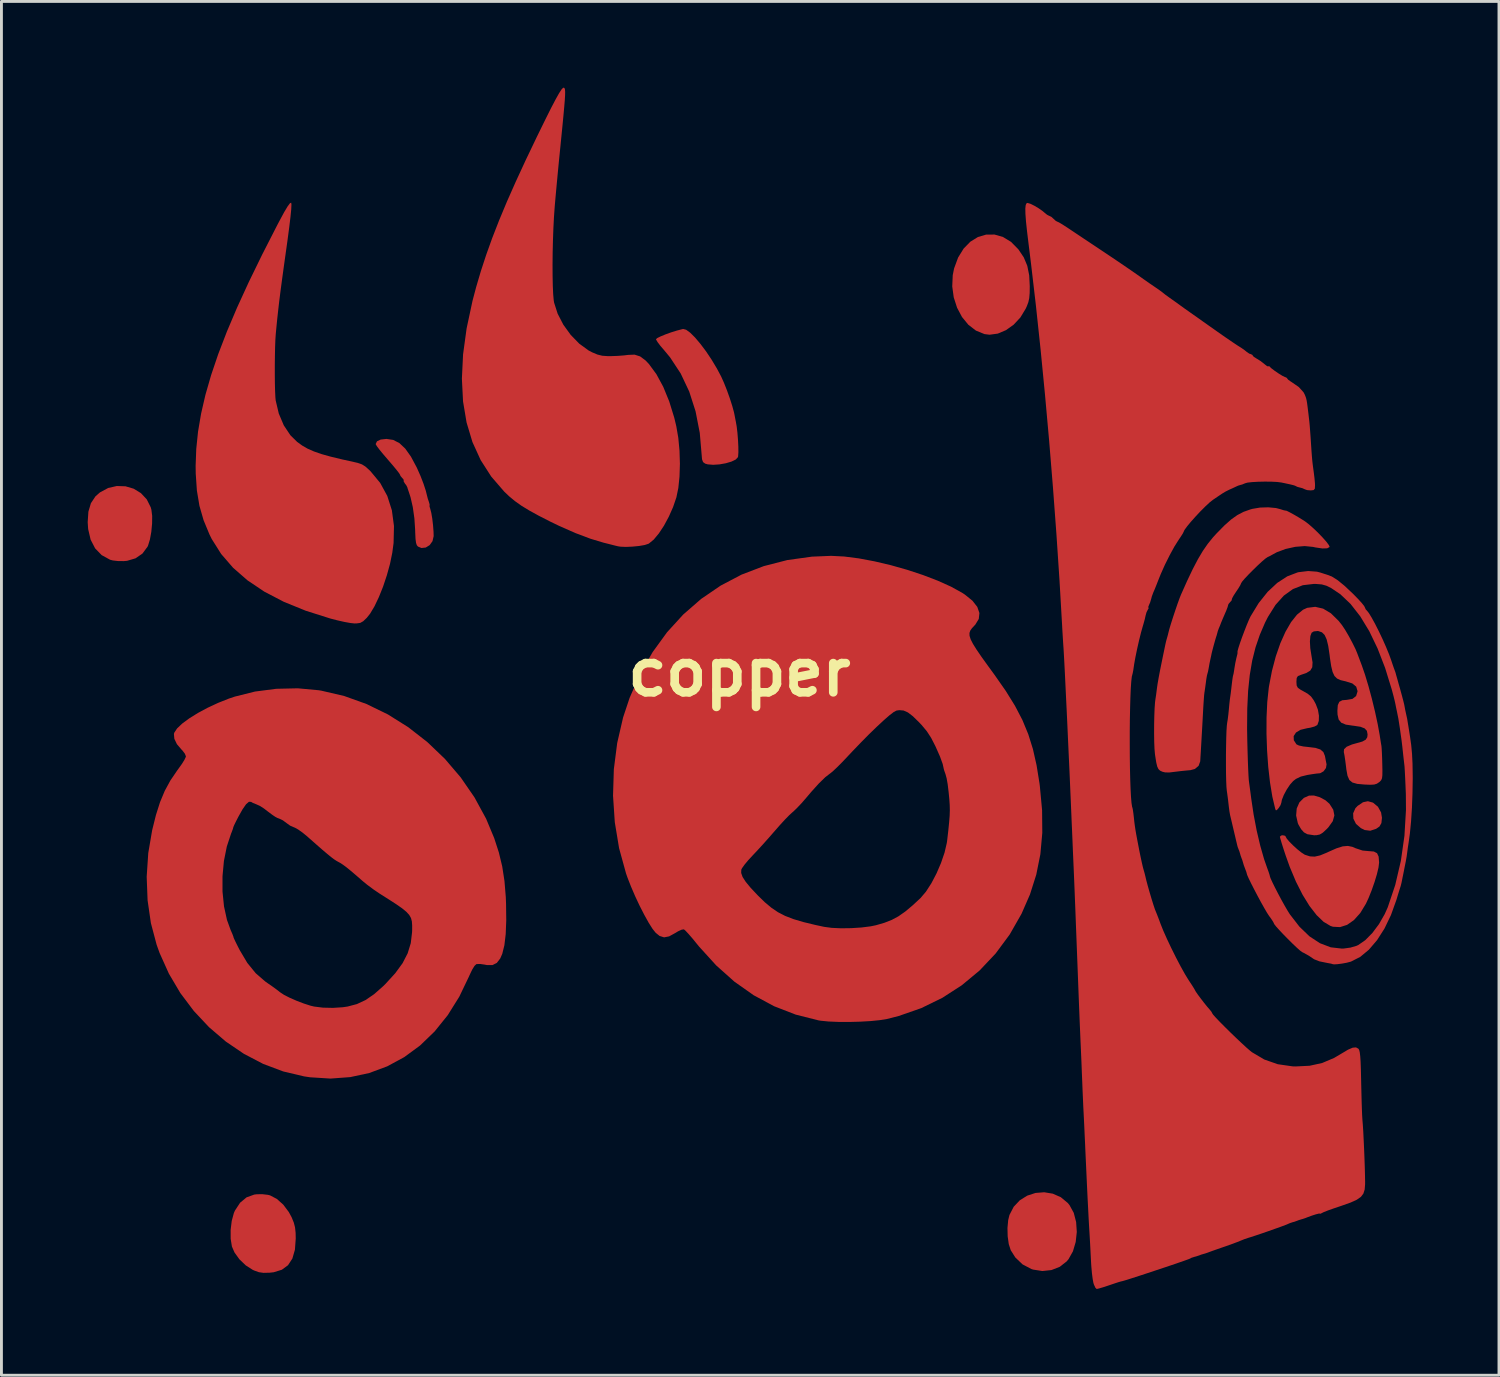
<source format=kicad_pcb>
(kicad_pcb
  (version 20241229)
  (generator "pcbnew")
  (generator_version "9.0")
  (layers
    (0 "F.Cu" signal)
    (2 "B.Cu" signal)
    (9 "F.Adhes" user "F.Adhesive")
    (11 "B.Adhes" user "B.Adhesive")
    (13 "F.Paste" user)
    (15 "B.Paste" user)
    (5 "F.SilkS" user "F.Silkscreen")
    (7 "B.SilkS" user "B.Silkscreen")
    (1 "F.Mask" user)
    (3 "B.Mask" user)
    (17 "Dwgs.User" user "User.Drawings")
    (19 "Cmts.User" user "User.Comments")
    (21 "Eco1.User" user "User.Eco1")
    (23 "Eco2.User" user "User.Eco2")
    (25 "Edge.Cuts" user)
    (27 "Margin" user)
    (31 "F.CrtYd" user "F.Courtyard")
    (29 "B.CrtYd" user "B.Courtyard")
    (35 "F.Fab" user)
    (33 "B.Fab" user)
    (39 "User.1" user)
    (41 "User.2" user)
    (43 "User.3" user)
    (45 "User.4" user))
  (footprint "copper"
    (layer "F.Cu")
    (at 22.666 20.34)
    (property "Reference" "copper" (at 0 0 0) (layer "F.SilkS") (effects (font (size 1.524 1.524) (thickness 0.3))))
    (attr board_only exclude_from_pos_files exclude_from_bom)
    (fp_poly (pts (xy 22.033 4.525) (xy 22.044 4.531) (xy 22.21 4.669) (xy 22.319 4.867) (xy 22.35 5.053) (xy 22.331 5.237) (xy 22.263 5.357) (xy 22.146 5.438) (xy 21.943 5.504) (xy 21.749 5.479) (xy 21.616 5.413) (xy 21.446 5.264) (xy 21.356 5.085) (xy 21.348 4.897) (xy 21.426 4.721) (xy 21.504 4.639) (xy 21.691 4.513) (xy 21.861 4.477)) (stroke (width 0) (type solid)) (fill yes) (layer "F.Cu"))
    (fp_poly (pts (xy 20.19 4.339) (xy 20.385 4.444) (xy 20.524 4.566) (xy 20.656 4.773) (xy 20.695 4.971) (xy 20.639 5.172) (xy 20.487 5.384) (xy 20.428 5.446) (xy 20.295 5.569) (xy 20.19 5.634) (xy 20.075 5.659) (xy 19.988 5.661) (xy 19.755 5.625) (xy 19.636 5.56) (xy 19.539 5.451) (xy 19.448 5.295) (xy 19.423 5.237) (xy 19.365 4.976) (xy 19.385 4.731) (xy 19.477 4.52) (xy 19.633 4.362) (xy 19.815 4.281) (xy 19.988 4.28)) (stroke (width 0) (type solid)) (fill yes) (layer "F.Cu"))
    (fp_poly (pts (xy 10.901 18.127) (xy 11.18 18.25) (xy 11.422 18.451) (xy 11.483 18.526) (xy 11.63 18.794) (xy 11.713 19.114) (xy 11.736 19.461) (xy 11.698 19.808) (xy 11.602 20.132) (xy 11.448 20.407) (xy 11.385 20.482) (xy 11.145 20.67) (xy 10.855 20.784) (xy 10.539 20.818) (xy 10.219 20.768) (xy 10.159 20.749) (xy 9.85 20.587) (xy 9.597 20.345) (xy 9.438 20.092) (xy 9.37 19.881) (xy 9.332 19.611) (xy 9.325 19.321) (xy 9.35 19.047) (xy 9.394 18.868) (xy 9.542 18.582) (xy 9.754 18.357) (xy 10.012 18.196) (xy 10.3 18.102) (xy 10.602 18.078)) (stroke (width 0) (type solid)) (fill yes) (layer "F.Cu"))
    (fp_poly (pts (xy -21.351 -6.476) (xy -21.066 -6.392) (xy -20.814 -6.238) (xy -20.612 -6.022) (xy -20.474 -5.747) (xy -20.45 -5.661) (xy -20.423 -5.446) (xy -20.426 -5.179) (xy -20.453 -4.894) (xy -20.501 -4.628) (xy -20.566 -4.416) (xy -20.586 -4.373) (xy -20.762 -4.136) (xy -21.002 -3.971) (xy -21.297 -3.884) (xy -21.414 -3.874) (xy -21.61 -3.876) (xy -21.792 -3.897) (xy -21.888 -3.922) (xy -22.181 -4.083) (xy -22.407 -4.317) (xy -22.564 -4.62) (xy -22.65 -4.988) (xy -22.666 -5.225) (xy -22.642 -5.592) (xy -22.554 -5.888) (xy -22.397 -6.125) (xy -22.242 -6.262) (xy -21.955 -6.417) (xy -21.653 -6.486)) (stroke (width 0) (type solid)) (fill yes) (layer "F.Cu"))
    (fp_poly (pts (xy 9.168 -15.148) (xy 9.449 -14.977) (xy 9.705 -14.717) (xy 9.892 -14.438) (xy 10.014 -14.146) (xy 10.081 -13.813) (xy 10.1 -13.437) (xy 10.097 -13.196) (xy 10.082 -13.021) (xy 10.051 -12.879) (xy 9.997 -12.736) (xy 9.957 -12.65) (xy 9.774 -12.348) (xy 9.54 -12.097) (xy 9.273 -11.907) (xy 8.989 -11.787) (xy 8.703 -11.748) (xy 8.525 -11.77) (xy 8.227 -11.892) (xy 7.964 -12.095) (xy 7.743 -12.365) (xy 7.572 -12.687) (xy 7.456 -13.046) (xy 7.404 -13.427) (xy 7.421 -13.817) (xy 7.468 -14.053) (xy 7.608 -14.433) (xy 7.8 -14.744) (xy 8.033 -14.983) (xy 8.297 -15.146) (xy 8.582 -15.23) (xy 8.875 -15.232)) (stroke (width 0) (type solid)) (fill yes) (layer "F.Cu"))
    (fp_poly (pts (xy -16.395 18.168) (xy -16.322 18.187) (xy -16.087 18.31) (xy -15.862 18.511) (xy -15.669 18.769) (xy -15.572 18.95) (xy -15.497 19.134) (xy -15.454 19.301) (xy -15.434 19.491) (xy -15.43 19.689) (xy -15.458 20.076) (xy -15.547 20.384) (xy -15.698 20.615) (xy -15.913 20.773) (xy -16.195 20.86) (xy -16.339 20.876) (xy -16.55 20.881) (xy -16.71 20.859) (xy -16.867 20.803) (xy -16.927 20.776) (xy -17.169 20.621) (xy -17.389 20.41) (xy -17.56 20.172) (xy -17.65 19.965) (xy -17.693 19.696) (xy -17.694 19.385) (xy -17.656 19.074) (xy -17.582 18.801) (xy -17.545 18.716) (xy -17.364 18.441) (xy -17.14 18.255) (xy -16.873 18.159) (xy -16.781 18.147) (xy -16.585 18.146)) (stroke (width 0) (type solid)) (fill yes) (layer "F.Cu"))
    (fp_poly (pts (xy -1.851 -11.921) (xy -1.71 -11.818) (xy -1.541 -11.65) (xy -1.355 -11.43) (xy -1.159 -11.169) (xy -0.965 -10.879) (xy -0.781 -10.572) (xy -0.634 -10.295) (xy -0.537 -10.079) (xy -0.432 -9.815) (xy -0.332 -9.535) (xy -0.247 -9.269) (xy -0.187 -9.049) (xy -0.17 -8.968) (xy -0.142 -8.82) (xy -0.124 -8.731) (xy -0.093 -8.555) (xy -0.067 -8.333) (xy -0.048 -8.093) (xy -0.036 -7.859) (xy -0.034 -7.661) (xy -0.043 -7.523) (xy -0.05 -7.489) (xy -0.125 -7.408) (xy -0.275 -7.335) (xy -0.473 -7.277) (xy -0.693 -7.238) (xy -0.911 -7.224) (xy -1.099 -7.239) (xy -1.188 -7.264) (xy -1.263 -7.318) (xy -1.299 -7.417) (xy -1.308 -7.526) (xy -1.377 -8.332) (xy -1.523 -9.082) (xy -1.744 -9.771) (xy -2.04 -10.398) (xy -2.41 -10.96) (xy -2.618 -11.211) (xy -2.748 -11.363) (xy -2.846 -11.493) (xy -2.896 -11.578) (xy -2.9 -11.592) (xy -2.856 -11.632) (xy -2.738 -11.69) (xy -2.571 -11.759) (xy -2.377 -11.829) (xy -2.178 -11.891) (xy -1.999 -11.938) (xy -1.955 -11.948)) (stroke (width 0) (type solid)) (fill yes) (layer "F.Cu"))
    (fp_poly (pts (xy 18.981 5.679) (xy 19 5.705) (xy 19.036 5.774) (xy 19.13 5.885) (xy 19.261 6.016) (xy 19.406 6.148) (xy 19.546 6.26) (xy 19.658 6.333) (xy 19.675 6.341) (xy 19.847 6.396) (xy 20.012 6.404) (xy 20.198 6.362) (xy 20.432 6.266) (xy 20.493 6.237) (xy 20.77 6.115) (xy 20.987 6.047) (xy 21.165 6.032) (xy 21.325 6.065) (xy 21.423 6.109) (xy 21.676 6.193) (xy 21.884 6.212) (xy 22.068 6.227) (xy 22.179 6.285) (xy 22.234 6.403) (xy 22.25 6.6) (xy 22.25 6.615) (xy 22.23 6.782) (xy 22.175 7.014) (xy 22.093 7.286) (xy 21.993 7.572) (xy 21.883 7.847) (xy 21.793 8.041) (xy 21.596 8.365) (xy 21.375 8.612) (xy 21.137 8.778) (xy 20.891 8.856) (xy 20.645 8.843) (xy 20.56 8.815) (xy 20.321 8.673) (xy 20.077 8.439) (xy 19.831 8.122) (xy 19.59 7.732) (xy 19.358 7.274) (xy 19.142 6.76) (xy 19.002 6.368) (xy 18.925 6.135) (xy 18.862 5.936) (xy 18.819 5.789) (xy 18.8 5.715) (xy 18.8 5.712) (xy 18.842 5.671) (xy 18.9 5.661)) (stroke (width 0) (type solid)) (fill yes) (layer "F.Cu"))
    (fp_poly (pts (xy -12.04 -8.089) (xy -11.824 -7.978) (xy -11.621 -7.787) (xy -11.423 -7.508) (xy -11.224 -7.136) (xy -11.21 -7.106) (xy -11.09 -6.835) (xy -10.985 -6.563) (xy -10.906 -6.321) (xy -10.87 -6.176) (xy -10.835 -6.04) (xy -10.8 -5.938) (xy -10.773 -5.846) (xy -10.775 -5.811) (xy -10.776 -5.772) (xy -10.75 -5.687) (xy -10.715 -5.551) (xy -10.681 -5.35) (xy -10.654 -5.118) (xy -10.637 -4.89) (xy -10.633 -4.743) (xy -10.673 -4.568) (xy -10.772 -4.43) (xy -10.908 -4.346) (xy -11.058 -4.33) (xy -11.178 -4.38) (xy -11.219 -4.427) (xy -11.246 -4.511) (xy -11.264 -4.649) (xy -11.274 -4.862) (xy -11.277 -4.964) (xy -11.303 -5.36) (xy -11.358 -5.749) (xy -11.437 -6.095) (xy -11.495 -6.274) (xy -11.533 -6.383) (xy -11.548 -6.438) (xy -11.586 -6.513) (xy -11.629 -6.567) (xy -11.675 -6.641) (xy -11.674 -6.673) (xy -11.685 -6.721) (xy -11.724 -6.762) (xy -11.787 -6.836) (xy -11.8 -6.872) (xy -11.831 -6.926) (xy -11.917 -7.038) (xy -12.045 -7.193) (xy -12.201 -7.375) (xy -12.225 -7.403) (xy -12.385 -7.589) (xy -12.518 -7.751) (xy -12.61 -7.874) (xy -12.649 -7.941) (xy -12.65 -7.945) (xy -12.604 -8.04) (xy -12.475 -8.102) (xy -12.275 -8.124) (xy -12.274 -8.124)) (stroke (width 0) (type solid)) (fill yes) (layer "F.Cu"))
    (fp_poly (pts (xy -15.579 -16.273) (xy -15.587 -16.107) (xy -15.613 -15.843) (xy -15.657 -15.48) (xy -15.718 -15.019) (xy -15.767 -14.67) (xy -15.843 -14.128) (xy -15.906 -13.667) (xy -15.959 -13.271) (xy -16.003 -12.922) (xy -16.04 -12.601) (xy -16.074 -12.293) (xy -16.105 -11.98) (xy -16.125 -11.769) (xy -16.138 -11.576) (xy -16.148 -11.317) (xy -16.154 -11.014) (xy -16.158 -10.689) (xy -16.158 -10.361) (xy -16.155 -10.053) (xy -16.148 -9.785) (xy -16.138 -9.578) (xy -16.128 -9.465) (xy -16.019 -9.005) (xy -15.846 -8.597) (xy -15.616 -8.252) (xy -15.381 -8.02) (xy -15.208 -7.895) (xy -15.019 -7.786) (xy -14.799 -7.689) (xy -14.535 -7.597) (xy -14.21 -7.506) (xy -13.811 -7.41) (xy -13.479 -7.338) (xy -13.271 -7.289) (xy -13.126 -7.238) (xy -13.008 -7.164) (xy -12.881 -7.05) (xy -12.826 -6.996) (xy -12.493 -6.594) (xy -12.246 -6.141) (xy -12.086 -5.641) (xy -12.013 -5.094) (xy -12.027 -4.503) (xy -12.072 -4.164) (xy -12.151 -3.778) (xy -12.261 -3.38) (xy -12.392 -2.987) (xy -12.539 -2.621) (xy -12.692 -2.3) (xy -12.845 -2.044) (xy -12.96 -1.9) (xy -13.083 -1.783) (xy -13.186 -1.725) (xy -13.312 -1.707) (xy -13.387 -1.706) (xy -13.53 -1.721) (xy -13.739 -1.759) (xy -13.987 -1.815) (xy -14.226 -1.877) (xy -15.082 -2.148) (xy -15.846 -2.459) (xy -16.521 -2.811) (xy -17.108 -3.205) (xy -17.608 -3.641) (xy -18.023 -4.121) (xy -18.353 -4.645) (xy -18.432 -4.805) (xy -18.635 -5.296) (xy -18.779 -5.796) (xy -18.868 -6.327) (xy -18.908 -6.915) (xy -18.912 -7.189) (xy -18.89 -7.774) (xy -18.828 -8.377) (xy -18.722 -9.002) (xy -18.571 -9.657) (xy -18.372 -10.347) (xy -18.124 -11.079) (xy -17.824 -11.858) (xy -17.471 -12.69) (xy -17.062 -13.582) (xy -16.595 -14.54) (xy -16.069 -15.569) (xy -15.988 -15.722) (xy -15.83 -16.015) (xy -15.71 -16.215) (xy -15.629 -16.323) (xy -15.588 -16.34)) (stroke (width 0) (type solid)) (fill yes) (layer "F.Cu"))
    (fp_poly (pts (xy -6.095 -20.335) (xy -6.077 -20.315) (xy -6.065 -20.271) (xy -6.06 -20.194) (xy -6.062 -20.075) (xy -6.072 -19.905) (xy -6.091 -19.676) (xy -6.118 -19.379) (xy -6.154 -19.004) (xy -6.2 -18.543) (xy -6.228 -18.261) (xy -6.269 -17.856) (xy -6.311 -17.422) (xy -6.352 -16.988) (xy -6.389 -16.586) (xy -6.419 -16.247) (xy -6.424 -16.182) (xy -6.449 -15.829) (xy -6.469 -15.437) (xy -6.484 -15.021) (xy -6.494 -14.598) (xy -6.498 -14.183) (xy -6.496 -13.795) (xy -6.489 -13.448) (xy -6.476 -13.159) (xy -6.457 -12.945) (xy -6.444 -12.865) (xy -6.32 -12.478) (xy -6.122 -12.096) (xy -5.866 -11.742) (xy -5.569 -11.437) (xy -5.247 -11.202) (xy -5.119 -11.135) (xy -4.935 -11.058) (xy -4.77 -11.017) (xy -4.577 -11.003) (xy -4.45 -11.004) (xy -4.23 -11.012) (xy -4.017 -11.028) (xy -3.861 -11.047) (xy -3.643 -11.055) (xy -3.451 -10.993) (xy -3.262 -10.852) (xy -3.147 -10.731) (xy -2.886 -10.376) (xy -2.648 -9.937) (xy -2.439 -9.427) (xy -2.264 -8.86) (xy -2.194 -8.567) (xy -2.124 -8.16) (xy -2.082 -7.714) (xy -2.068 -7.257) (xy -2.082 -6.815) (xy -2.123 -6.416) (xy -2.191 -6.089) (xy -2.306 -5.752) (xy -2.454 -5.419) (xy -2.622 -5.107) (xy -2.801 -4.836) (xy -2.978 -4.623) (xy -3.144 -4.487) (xy -3.162 -4.477) (xy -3.293 -4.434) (xy -3.49 -4.4) (xy -3.719 -4.378) (xy -3.947 -4.368) (xy -4.139 -4.376) (xy -4.225 -4.39) (xy -4.32 -4.413) (xy -4.48 -4.454) (xy -4.675 -4.503) (xy -4.716 -4.513) (xy -5.178 -4.652) (xy -5.699 -4.848) (xy -6.26 -5.095) (xy -6.575 -5.247) (xy -6.98 -5.454) (xy -7.309 -5.635) (xy -7.579 -5.8) (xy -7.806 -5.961) (xy -8.007 -6.128) (xy -8.179 -6.292) (xy -8.63 -6.814) (xy -8.998 -7.388) (xy -9.284 -8.015) (xy -9.488 -8.695) (xy -9.611 -9.429) (xy -9.651 -10.219) (xy -9.61 -11.064) (xy -9.487 -11.966) (xy -9.282 -12.925) (xy -9.156 -13.401) (xy -8.991 -13.96) (xy -8.806 -14.525) (xy -8.597 -15.108) (xy -8.359 -15.719) (xy -8.089 -16.367) (xy -7.781 -17.063) (xy -7.433 -17.817) (xy -7.039 -18.64) (xy -6.74 -19.25) (xy -6.546 -19.638) (xy -6.389 -19.937) (xy -6.269 -20.151) (xy -6.182 -20.284) (xy -6.128 -20.338) (xy -6.12 -20.34)) (stroke (width 0) (type solid)) (fill yes) (layer "F.Cu"))
    (fp_poly (pts (xy 18.663 -5.72) (xy 18.811 -5.682) (xy 18.929 -5.644) (xy 18.995 -5.63) (xy 19 -5.632) (xy 19.039 -5.622) (xy 19.14 -5.572) (xy 19.281 -5.495) (xy 19.439 -5.403) (xy 19.59 -5.31) (xy 19.679 -5.253) (xy 19.815 -5.148) (xy 19.972 -5.009) (xy 20.135 -4.852) (xy 20.288 -4.693) (xy 20.415 -4.549) (xy 20.501 -4.435) (xy 20.53 -4.369) (xy 20.528 -4.364) (xy 20.444 -4.319) (xy 20.278 -4.314) (xy 20.039 -4.349) (xy 19.951 -4.368) (xy 19.666 -4.397) (xy 19.337 -4.371) (xy 19.001 -4.297) (xy 18.694 -4.183) (xy 18.55 -4.105) (xy 18.442 -4.046) (xy 18.368 -4.011) (xy 18.293 -3.959) (xy 18.172 -3.856) (xy 18.023 -3.718) (xy 17.863 -3.562) (xy 17.708 -3.406) (xy 17.576 -3.266) (xy 17.485 -3.159) (xy 17.45 -3.102) (xy 17.45 -3.101) (xy 17.423 -3.038) (xy 17.354 -2.922) (xy 17.278 -2.81) (xy 17.191 -2.677) (xy 17.138 -2.579) (xy 17.129 -2.542) (xy 17.116 -2.497) (xy 17.076 -2.456) (xy 17.013 -2.382) (xy 17 -2.346) (xy 16.981 -2.275) (xy 16.934 -2.15) (xy 16.907 -2.089) (xy 16.822 -1.892) (xy 16.756 -1.735) (xy 16.725 -1.653) (xy 16.7 -1.591) (xy 16.679 -1.544) (xy 16.639 -1.435) (xy 16.629 -1.394) (xy 16.599 -1.286) (xy 16.587 -1.252) (xy 16.562 -1.171) (xy 16.523 -1.033) (xy 16.48 -0.877) (xy 16.444 -0.738) (xy 16.424 -0.655) (xy 16.423 -0.651) (xy 16.411 -0.589) (xy 16.386 -0.476) (xy 16.352 -0.314) (xy 16.324 -0.155) (xy 16.3 -0.031) (xy 16.279 0.043) (xy 16.278 0.046) (xy 16.262 0.108) (xy 16.24 0.237) (xy 16.226 0.346) (xy 16.203 0.515) (xy 16.183 0.652) (xy 16.175 0.702) (xy 16.165 0.786) (xy 16.153 0.945) (xy 16.139 1.154) (xy 16.129 1.333) (xy 16.115 1.593) (xy 16.099 1.889) (xy 16.081 2.197) (xy 16.064 2.496) (xy 16.049 2.761) (xy 16.036 2.969) (xy 16.029 3.09) (xy 15.973 3.246) (xy 15.844 3.355) (xy 15.689 3.397) (xy 15.532 3.411) (xy 15.345 3.43) (xy 15.3 3.436) (xy 15.13 3.456) (xy 14.982 3.474) (xy 14.949 3.478) (xy 14.805 3.474) (xy 14.717 3.453) (xy 14.634 3.415) (xy 14.576 3.36) (xy 14.533 3.269) (xy 14.498 3.121) (xy 14.463 2.898) (xy 14.454 2.831) (xy 14.439 2.661) (xy 14.429 2.419) (xy 14.425 2.131) (xy 14.426 1.824) (xy 14.432 1.522) (xy 14.442 1.253) (xy 14.457 1.042) (xy 14.468 0.952) (xy 14.493 0.789) (xy 14.518 0.596) (xy 14.525 0.539) (xy 14.546 0.395) (xy 14.583 0.182) (xy 14.631 -0.07) (xy 14.68 -0.313) (xy 14.74 -0.606) (xy 14.784 -0.817) (xy 14.814 -0.962) (xy 14.835 -1.056) (xy 14.85 -1.117) (xy 14.862 -1.159) (xy 14.874 -1.2) (xy 14.875 -1.202) (xy 14.911 -1.334) (xy 14.923 -1.386) (xy 14.954 -1.506) (xy 15.01 -1.694) (xy 15.083 -1.923) (xy 15.164 -2.167) (xy 15.243 -2.398) (xy 15.313 -2.59) (xy 15.359 -2.705) (xy 15.577 -3.193) (xy 15.771 -3.6) (xy 15.949 -3.94) (xy 16.12 -4.228) (xy 16.292 -4.476) (xy 16.473 -4.7) (xy 16.593 -4.832) (xy 16.867 -5.111) (xy 17.103 -5.321) (xy 17.32 -5.475) (xy 17.537 -5.588) (xy 17.774 -5.672) (xy 17.843 -5.691) (xy 18.107 -5.736) (xy 18.395 -5.745)) (stroke (width 0) (type solid)) (fill yes) (layer "F.Cu"))
    (fp_poly (pts (xy 20.304 -2.221) (xy 20.574 -2.059) (xy 20.841 -1.797) (xy 20.958 -1.65) (xy 21.068 -1.485) (xy 21.197 -1.265) (xy 21.324 -1.028) (xy 21.432 -0.809) (xy 21.487 -0.676) (xy 21.537 -0.544) (xy 21.604 -0.366) (xy 21.648 -0.25) (xy 21.761 0.077) (xy 21.881 0.475) (xy 21.999 0.912) (xy 22.108 1.361) (xy 22.201 1.792) (xy 22.271 2.174) (xy 22.279 2.229) (xy 22.304 2.39) (xy 22.325 2.517) (xy 22.332 2.555) (xy 22.339 2.634) (xy 22.348 2.789) (xy 22.356 2.995) (xy 22.361 3.173) (xy 22.366 3.413) (xy 22.364 3.574) (xy 22.352 3.677) (xy 22.325 3.742) (xy 22.281 3.792) (xy 22.25 3.817) (xy 22.172 3.869) (xy 22.08 3.897) (xy 21.947 3.905) (xy 21.743 3.897) (xy 21.734 3.896) (xy 21.489 3.874) (xy 21.323 3.827) (xy 21.216 3.739) (xy 21.152 3.592) (xy 21.111 3.368) (xy 21.101 3.278) (xy 21.075 3.074) (xy 21.049 2.899) (xy 21.027 2.784) (xy 21.023 2.772) (xy 21.031 2.67) (xy 21.123 2.582) (xy 21.306 2.504) (xy 21.474 2.457) (xy 21.67 2.401) (xy 21.785 2.337) (xy 21.839 2.252) (xy 21.85 2.154) (xy 21.827 2.031) (xy 21.749 1.945) (xy 21.602 1.888) (xy 21.371 1.853) (xy 21.335 1.849) (xy 21.093 1.813) (xy 20.935 1.747) (xy 20.844 1.636) (xy 20.805 1.464) (xy 20.8 1.332) (xy 20.814 1.136) (xy 20.866 1.02) (xy 20.972 0.965) (xy 21.127 0.952) (xy 21.324 0.918) (xy 21.451 0.819) (xy 21.5 0.66) (xy 21.5 0.643) (xy 21.454 0.492) (xy 21.318 0.38) (xy 21.089 0.308) (xy 21.084 0.307) (xy 20.914 0.267) (xy 20.789 0.211) (xy 20.699 0.122) (xy 20.634 -0.016) (xy 20.585 -0.217) (xy 20.542 -0.497) (xy 20.529 -0.607) (xy 20.482 -0.923) (xy 20.426 -1.152) (xy 20.355 -1.306) (xy 20.263 -1.397) (xy 20.143 -1.439) (xy 20.116 -1.443) (xy 19.979 -1.429) (xy 19.904 -1.383) (xy 19.86 -1.268) (xy 19.844 -1.08) (xy 19.857 -0.844) (xy 19.897 -0.59) (xy 19.936 -0.35) (xy 19.926 -0.182) (xy 19.857 -0.066) (xy 19.717 0.019) (xy 19.525 0.084) (xy 19.427 0.124) (xy 19.384 0.192) (xy 19.375 0.322) (xy 19.375 0.326) (xy 19.383 0.451) (xy 19.424 0.531) (xy 19.521 0.6) (xy 19.591 0.638) (xy 19.765 0.737) (xy 19.881 0.833) (xy 19.973 0.959) (xy 20.049 1.1) (xy 20.123 1.296) (xy 20.158 1.502) (xy 20.153 1.685) (xy 20.107 1.816) (xy 20.092 1.833) (xy 20.003 1.88) (xy 19.854 1.921) (xy 19.749 1.938) (xy 19.519 1.993) (xy 19.36 2.088) (xy 19.279 2.213) (xy 19.284 2.356) (xy 19.376 2.499) (xy 19.46 2.539) (xy 19.616 2.573) (xy 19.783 2.591) (xy 20.037 2.622) (xy 20.208 2.678) (xy 20.312 2.768) (xy 20.366 2.901) (xy 20.369 2.915) (xy 20.398 3.069) (xy 20.423 3.196) (xy 20.403 3.322) (xy 20.319 3.437) (xy 20.203 3.503) (xy 20.167 3.507) (xy 20.076 3.515) (xy 19.922 3.537) (xy 19.761 3.563) (xy 19.528 3.62) (xy 19.354 3.704) (xy 19.262 3.776) (xy 19.151 3.901) (xy 19.036 4.074) (xy 18.936 4.261) (xy 18.869 4.43) (xy 18.85 4.53) (xy 18.821 4.616) (xy 18.757 4.714) (xy 18.689 4.79) (xy 18.656 4.79) (xy 18.635 4.732) (xy 18.537 4.318) (xy 18.457 3.829) (xy 18.395 3.286) (xy 18.354 2.711) (xy 18.334 2.128) (xy 18.336 1.558) (xy 18.361 1.025) (xy 18.411 0.551) (xy 18.42 0.485) (xy 18.524 -0.056) (xy 18.657 -0.56) (xy 18.815 -1.016) (xy 18.994 -1.416) (xy 19.188 -1.751) (xy 19.394 -2.01) (xy 19.607 -2.184) (xy 19.75 -2.249) (xy 20.03 -2.284)) (stroke (width 0) (type solid)) (fill yes) (layer "F.Cu"))
    (fp_poly (pts (xy -14.634 0.617) (xy -14.546 0.631) (xy -13.747 0.817) (xy -12.971 1.095) (xy -12.224 1.459) (xy -11.516 1.903) (xy -10.853 2.42) (xy -10.243 3.003) (xy -9.694 3.646) (xy -9.214 4.342) (xy -8.809 5.085) (xy -8.527 5.761) (xy -8.365 6.26) (xy -8.248 6.746) (xy -8.17 7.252) (xy -8.124 7.811) (xy -8.115 8.044) (xy -8.108 8.618) (xy -8.127 9.099) (xy -8.173 9.487) (xy -8.247 9.785) (xy -8.317 9.946) (xy -8.436 10.101) (xy -8.584 10.175) (xy -8.783 10.175) (xy -8.868 10.159) (xy -9.016 10.138) (xy -9.134 10.141) (xy -9.149 10.145) (xy -9.212 10.204) (xy -9.295 10.339) (xy -9.385 10.528) (xy -9.398 10.56) (xy -9.742 11.277) (xy -10.144 11.92) (xy -10.6 12.486) (xy -11.105 12.973) (xy -11.656 13.378) (xy -12.247 13.698) (xy -12.874 13.931) (xy -13.534 14.073) (xy -14.221 14.124) (xy -14.932 14.079) (xy -15.143 14.047) (xy -15.865 13.876) (xy -16.564 13.613) (xy -17.232 13.264) (xy -17.861 12.837) (xy -18.445 12.337) (xy -18.974 11.773) (xy -19.443 11.15) (xy -19.842 10.475) (xy -20.165 9.756) (xy -20.268 9.469) (xy -20.468 8.715) (xy -20.583 7.921) (xy -20.614 7.104) (xy -20.613 7.086) (xy -17.977 7.086) (xy -17.977 7.62) (xy -17.925 8.134) (xy -17.822 8.605) (xy -17.696 8.952) (xy -17.636 9.089) (xy -17.6 9.183) (xy -17.595 9.207) (xy -17.577 9.254) (xy -17.523 9.37) (xy -17.44 9.536) (xy -17.378 9.657) (xy -17.115 10.1) (xy -16.824 10.458) (xy -16.492 10.746) (xy -16.416 10.8) (xy -16.241 10.921) (xy -16.077 11.041) (xy -15.973 11.123) (xy -15.838 11.212) (xy -15.636 11.315) (xy -15.395 11.42) (xy -15.145 11.515) (xy -14.915 11.589) (xy -14.79 11.619) (xy -14.486 11.657) (xy -14.137 11.665) (xy -13.793 11.643) (xy -13.624 11.618) (xy -13.303 11.533) (xy -13.002 11.393) (xy -12.702 11.187) (xy -12.382 10.904) (xy -12.309 10.832) (xy -11.969 10.46) (xy -11.714 10.111) (xy -11.537 9.767) (xy -11.429 9.414) (xy -11.384 9.036) (xy -11.381 8.959) (xy -11.381 8.793) (xy -11.391 8.657) (xy -11.421 8.541) (xy -11.482 8.434) (xy -11.581 8.325) (xy -11.728 8.204) (xy -11.934 8.06) (xy -12.207 7.884) (xy -12.51 7.692) (xy -12.717 7.552) (xy -12.936 7.39) (xy -13.087 7.267) (xy -13.339 7.048) (xy -13.53 6.886) (xy -13.674 6.769) (xy -13.785 6.687) (xy -13.877 6.627) (xy -13.95 6.587) (xy -14.021 6.547) (xy -14.101 6.494) (xy -14.2 6.419) (xy -14.33 6.313) (xy -14.501 6.168) (xy -14.724 5.973) (xy -15.01 5.721) (xy -15.028 5.704) (xy -15.193 5.569) (xy -15.347 5.46) (xy -15.464 5.395) (xy -15.486 5.388) (xy -15.623 5.328) (xy -15.75 5.237) (xy -15.877 5.143) (xy -16 5.084) (xy -16.069 5.059) (xy -16.142 5.02) (xy -16.239 4.955) (xy -16.38 4.85) (xy -16.538 4.729) (xy -16.673 4.642) (xy -16.8 4.585) (xy -16.918 4.538) (xy -16.983 4.5) (xy -17.057 4.496) (xy -17.157 4.582) (xy -17.282 4.762) (xy -17.424 5.015) (xy -17.509 5.181) (xy -17.572 5.31) (xy -17.601 5.38) (xy -17.602 5.385) (xy -17.617 5.443) (xy -17.66 5.558) (xy -17.677 5.598) (xy -17.827 6.052) (xy -17.928 6.556) (xy -17.977 7.086) (xy -20.613 7.086) (xy -20.559 6.279) (xy -20.424 5.487) (xy -20.293 4.96) (xy -20.15 4.51) (xy -19.986 4.117) (xy -19.791 3.758) (xy -19.556 3.412) (xy -19.515 3.356) (xy -19.395 3.188) (xy -19.303 3.041) (xy -19.254 2.938) (xy -19.25 2.916) (xy -19.285 2.826) (xy -19.371 2.713) (xy -19.406 2.677) (xy -19.562 2.494) (xy -19.652 2.307) (xy -19.667 2.139) (xy -19.655 2.094) (xy -19.557 1.946) (xy -19.378 1.776) (xy -19.131 1.594) (xy -18.832 1.408) (xy -18.493 1.226) (xy -18.13 1.057) (xy -17.756 0.908) (xy -17.55 0.839) (xy -16.847 0.663) (xy -16.107 0.567) (xy -15.36 0.55)) (stroke (width 0) (type solid)) (fill yes) (layer "F.Cu"))
    (fp_poly (pts (xy 3.644 -4.034) (xy 4.153 -3.969) (xy 4.701 -3.866) (xy 5.269 -3.732) (xy 5.838 -3.571) (xy 6.389 -3.389) (xy 6.903 -3.192) (xy 7.362 -2.985) (xy 7.745 -2.774) (xy 7.844 -2.709) (xy 8.106 -2.497) (xy 8.275 -2.282) (xy 8.349 -2.069) (xy 8.327 -1.863) (xy 8.208 -1.667) (xy 8.175 -1.632) (xy 8.092 -1.543) (xy 8.033 -1.461) (xy 8.003 -1.375) (xy 8.006 -1.275) (xy 8.045 -1.152) (xy 8.125 -0.996) (xy 8.249 -0.797) (xy 8.421 -0.545) (xy 8.647 -0.231) (xy 8.878 0.086) (xy 9.266 0.642) (xy 9.585 1.156) (xy 9.843 1.65) (xy 10.048 2.146) (xy 10.21 2.663) (xy 10.337 3.225) (xy 10.438 3.851) (xy 10.45 3.944) (xy 10.529 4.791) (xy 10.536 5.579) (xy 10.469 6.321) (xy 10.327 7.03) (xy 10.108 7.719) (xy 9.814 8.392) (xy 9.401 9.115) (xy 8.914 9.773) (xy 8.358 10.362) (xy 7.738 10.877) (xy 7.059 11.316) (xy 6.326 11.674) (xy 5.543 11.947) (xy 5.137 12.051) (xy 4.885 12.092) (xy 4.563 12.124) (xy 4.197 12.145) (xy 3.813 12.155) (xy 3.44 12.153) (xy 3.103 12.139) (xy 2.829 12.112) (xy 2.75 12.099) (xy 1.959 11.899) (xy 1.209 11.608) (xy 0.498 11.226) (xy -0.173 10.753) (xy -0.807 10.187) (xy -1.405 9.529) (xy -1.487 9.428) (xy -1.638 9.243) (xy -1.773 9.088) (xy -1.875 8.979) (xy -1.929 8.934) (xy -2.007 8.945) (xy -2.132 9.002) (xy -2.233 9.063) (xy -2.445 9.179) (xy -2.619 9.212) (xy -2.775 9.163) (xy -2.911 9.053) (xy -3.021 8.915) (xy -3.156 8.701) (xy -3.307 8.429) (xy -3.466 8.119) (xy -3.622 7.787) (xy -3.766 7.453) (xy -3.891 7.135) (xy -3.944 6.982) (xy -3.946 6.974) (xy 0.063 6.974) (xy 0.112 7.112) (xy 0.221 7.281) (xy 0.396 7.493) (xy 0.643 7.755) (xy 0.648 7.76) (xy 0.885 7.991) (xy 1.111 8.18) (xy 1.34 8.336) (xy 1.592 8.466) (xy 1.882 8.578) (xy 2.226 8.68) (xy 2.643 8.781) (xy 2.95 8.847) (xy 3.212 8.882) (xy 3.538 8.897) (xy 3.894 8.892) (xy 4.248 8.869) (xy 4.565 8.829) (xy 4.75 8.791) (xy 5.045 8.705) (xy 5.298 8.606) (xy 5.533 8.48) (xy 5.769 8.315) (xy 6.028 8.098) (xy 6.3 7.846) (xy 6.488 7.625) (xy 6.678 7.331) (xy 6.857 6.989) (xy 7.014 6.624) (xy 7.137 6.263) (xy 7.215 5.929) (xy 7.227 5.847) (xy 7.268 5.489) (xy 7.296 5.208) (xy 7.314 4.983) (xy 7.32 4.79) (xy 7.316 4.608) (xy 7.303 4.415) (xy 7.281 4.188) (xy 7.278 4.158) (xy 7.245 3.885) (xy 7.21 3.685) (xy 7.169 3.534) (xy 7.155 3.496) (xy 7.121 3.398) (xy 7.11 3.357) (xy 7.072 3.183) (xy 6.979 2.926) (xy 6.83 2.589) (xy 6.816 2.559) (xy 6.671 2.276) (xy 6.522 2.046) (xy 6.337 1.824) (xy 6.241 1.723) (xy 6.033 1.52) (xy 5.863 1.39) (xy 5.713 1.323) (xy 5.565 1.31) (xy 5.462 1.325) (xy 5.37 1.374) (xy 5.22 1.489) (xy 5.022 1.662) (xy 4.783 1.884) (xy 4.512 2.146) (xy 4.22 2.442) (xy 3.914 2.761) (xy 3.758 2.927) (xy 3.576 3.119) (xy 3.406 3.29) (xy 3.265 3.423) (xy 3.171 3.502) (xy 3.161 3.508) (xy 2.988 3.642) (xy 2.766 3.858) (xy 2.497 4.156) (xy 2.325 4.359) (xy 2.168 4.54) (xy 2.009 4.708) (xy 1.876 4.837) (xy 1.84 4.867) (xy 1.734 4.964) (xy 1.585 5.116) (xy 1.413 5.304) (xy 1.24 5.501) (xy 1.037 5.734) (xy 0.813 5.985) (xy 0.599 6.218) (xy 0.462 6.363) (xy 0.306 6.532) (xy 0.177 6.687) (xy 0.092 6.808) (xy 0.067 6.859) (xy 0.063 6.974) (xy -3.946 6.974) (xy -4.184 6.109) (xy -4.333 5.207) (xy -4.394 4.287) (xy -4.366 3.364) (xy -4.249 2.452) (xy -4.044 1.563) (xy -3.817 0.881) (xy -3.452 0.052) (xy -3.017 -0.709) (xy -2.515 -1.4) (xy -1.951 -2.018) (xy -1.328 -2.56) (xy -0.651 -3.022) (xy 0.076 -3.404) (xy 0.85 -3.7) (xy 1.666 -3.91) (xy 2.521 -4.029) (xy 3.194 -4.057)) (stroke (width 0) (type solid)) (fill yes) (layer "F.Cu"))
    (fp_poly (pts (xy 20.091 -3.506) (xy 20.213 -3.474) (xy 20.342 -3.432) (xy 20.428 -3.405) (xy 20.438 -3.402) (xy 20.607 -3.338) (xy 20.807 -3.212) (xy 21.045 -3.018) (xy 21.331 -2.749) (xy 21.363 -2.718) (xy 21.52 -2.556) (xy 21.647 -2.417) (xy 21.728 -2.316) (xy 21.75 -2.275) (xy 21.785 -2.196) (xy 21.822 -2.157) (xy 21.894 -2.068) (xy 21.994 -1.904) (xy 22.114 -1.685) (xy 22.243 -1.429) (xy 22.374 -1.154) (xy 22.495 -0.88) (xy 22.6 -0.624) (xy 22.671 -0.426) (xy 22.724 -0.268) (xy 22.768 -0.142) (xy 22.784 -0.1) (xy 22.819 -0.003) (xy 22.827 0.025) (xy 22.845 0.092) (xy 22.885 0.232) (xy 22.938 0.422) (xy 22.975 0.551) (xy 23.035 0.77) (xy 23.087 0.965) (xy 23.122 1.107) (xy 23.131 1.152) (xy 23.158 1.298) (xy 23.186 1.428) (xy 23.211 1.541) (xy 23.225 1.603) (xy 23.235 1.663) (xy 23.255 1.787) (xy 23.267 1.858) (xy 23.294 2.027) (xy 23.317 2.173) (xy 23.323 2.209) (xy 23.367 2.52) (xy 23.396 2.83) (xy 23.413 3.169) (xy 23.419 3.568) (xy 23.42 3.682) (xy 23.412 4.196) (xy 23.393 4.703) (xy 23.362 5.18) (xy 23.321 5.603) (xy 23.275 5.934) (xy 23.249 6.099) (xy 23.23 6.243) (xy 23.228 6.26) (xy 23.209 6.4) (xy 23.18 6.561) (xy 23.18 6.563) (xy 23.152 6.703) (xy 23.131 6.808) (xy 23.13 6.813) (xy 23.111 6.912) (xy 23.083 7.051) (xy 23.08 7.064) (xy 23.052 7.204) (xy 23.031 7.309) (xy 23.03 7.314) (xy 23 7.433) (xy 22.989 7.465) (xy 22.963 7.547) (xy 22.917 7.695) (xy 22.861 7.881) (xy 22.85 7.916) (xy 22.663 8.437) (xy 22.438 8.905) (xy 22.18 9.309) (xy 21.896 9.641) (xy 21.594 9.892) (xy 21.279 10.052) (xy 21.25 10.062) (xy 21.118 10.096) (xy 20.959 10.125) (xy 20.803 10.145) (xy 20.686 10.152) (xy 20.64 10.145) (xy 20.586 10.128) (xy 20.472 10.107) (xy 20.45 10.103) (xy 20.172 10.046) (xy 19.992 9.975) (xy 19.957 9.952) (xy 19.814 9.855) (xy 19.63 9.753) (xy 19.575 9.726) (xy 19.505 9.675) (xy 19.387 9.57) (xy 19.239 9.429) (xy 19.076 9.267) (xy 18.914 9.102) (xy 18.771 8.95) (xy 18.661 8.827) (xy 18.602 8.75) (xy 18.597 8.737) (xy 18.567 8.675) (xy 18.494 8.562) (xy 18.424 8.467) (xy 18.356 8.363) (xy 18.261 8.201) (xy 18.147 7.998) (xy 18.026 7.774) (xy 17.907 7.547) (xy 17.8 7.337) (xy 17.715 7.163) (xy 17.662 7.043) (xy 17.65 7.001) (xy 17.633 6.937) (xy 17.592 6.829) (xy 17.546 6.706) (xy 17.521 6.622) (xy 17.49 6.518) (xy 17.471 6.471) (xy 17.432 6.362) (xy 17.421 6.321) (xy 17.39 6.217) (xy 17.371 6.171) (xy 17.333 6.072) (xy 17.323 6.037) (xy 17.307 5.971) (xy 17.274 5.832) (xy 17.23 5.645) (xy 17.18 5.434) (xy 17.131 5.224) (xy 17.087 5.039) (xy 17.068 4.96) (xy 17.045 4.83) (xy 17.023 4.661) (xy 17.017 4.609) (xy 16.996 4.421) (xy 16.967 4.204) (xy 16.953 4.108) (xy 16.941 3.975) (xy 16.932 3.767) (xy 16.926 3.503) (xy 16.924 3.203) (xy 16.924 2.886) (xy 16.928 2.573) (xy 16.934 2.282) (xy 16.942 2.035) (xy 16.948 1.949) (xy 17.659 1.949) (xy 17.666 2.371) (xy 17.675 2.721) (xy 17.685 3.049) (xy 17.696 3.338) (xy 17.707 3.57) (xy 17.717 3.729) (xy 17.723 3.782) (xy 17.743 3.931) (xy 17.771 4.138) (xy 17.8 4.36) (xy 17.803 4.384) (xy 17.887 4.944) (xy 17.993 5.5) (xy 18.117 6.025) (xy 18.251 6.494) (xy 18.354 6.789) (xy 18.408 6.937) (xy 18.443 7.046) (xy 18.45 7.081) (xy 18.473 7.152) (xy 18.536 7.291) (xy 18.627 7.476) (xy 18.737 7.69) (xy 18.855 7.911) (xy 18.972 8.121) (xy 19.076 8.299) (xy 19.147 8.411) (xy 19.48 8.841) (xy 19.829 9.177) (xy 20.193 9.416) (xy 20.569 9.559) (xy 20.956 9.603) (xy 21.026 9.6) (xy 21.252 9.569) (xy 21.459 9.509) (xy 21.526 9.479) (xy 21.771 9.309) (xy 22.016 9.06) (xy 22.246 8.752) (xy 22.446 8.403) (xy 22.552 8.166) (xy 22.812 7.39) (xy 23.007 6.555) (xy 23.132 5.681) (xy 23.185 4.787) (xy 23.181 4.233) (xy 23.169 3.937) (xy 23.157 3.664) (xy 23.145 3.435) (xy 23.135 3.27) (xy 23.128 3.206) (xy 23.11 3.052) (xy 23.088 2.856) (xy 23.077 2.755) (xy 23.056 2.561) (xy 23.034 2.378) (xy 23.024 2.305) (xy 22.998 2.122) (xy 22.975 1.954) (xy 22.921 1.606) (xy 22.87 1.353) (xy 22.837 1.198) (xy 22.819 1.102) (xy 22.795 0.994) (xy 22.753 0.823) (xy 22.7 0.625) (xy 22.694 0.601) (xy 22.461 -0.155) (xy 22.198 -0.835) (xy 21.909 -1.436) (xy 21.594 -1.954) (xy 21.258 -2.384) (xy 20.901 -2.723) (xy 20.586 -2.935) (xy 20.415 -3.019) (xy 20.257 -3.063) (xy 20.064 -3.079) (xy 19.975 -3.08) (xy 19.598 -3.036) (xy 19.253 -2.901) (xy 18.937 -2.674) (xy 18.648 -2.352) (xy 18.386 -1.935) (xy 18.284 -1.735) (xy 18.102 -1.312) (xy 17.953 -0.876) (xy 17.837 -0.415) (xy 17.752 0.086) (xy 17.695 0.638) (xy 17.665 1.254) (xy 17.659 1.949) (xy 16.948 1.949) (xy 16.954 1.85) (xy 16.966 1.753) (xy 16.985 1.638) (xy 17.007 1.463) (xy 17.023 1.303) (xy 17.041 1.111) (xy 17.059 0.944) (xy 17.072 0.852) (xy 17.089 0.733) (xy 17.11 0.559) (xy 17.125 0.428) (xy 17.145 0.264) (xy 17.163 0.145) (xy 17.173 0.102) (xy 17.189 0.04) (xy 17.21 -0.085) (xy 17.219 -0.15) (xy 17.25 -0.333) (xy 17.287 -0.504) (xy 17.296 -0.539) (xy 17.323 -0.647) (xy 17.327 -0.7) (xy 17.325 -0.701) (xy 17.327 -0.744) (xy 17.359 -0.86) (xy 17.414 -1.028) (xy 17.485 -1.229) (xy 17.565 -1.441) (xy 17.645 -1.646) (xy 17.719 -1.823) (xy 17.779 -1.951) (xy 17.783 -1.958) (xy 18.063 -2.416) (xy 18.374 -2.805) (xy 18.708 -3.117) (xy 19.057 -3.344) (xy 19.413 -3.48) (xy 19.45 -3.489) (xy 19.784 -3.529)) (stroke (width 0) (type solid)) (fill yes) (layer "F.Cu"))
    (fp_poly (pts (xy 10.115 -16.305) (xy 10.259 -16.235) (xy 10.416 -16.141) (xy 10.556 -16.042) (xy 10.603 -16.001) (xy 10.703 -15.92) (xy 10.777 -15.882) (xy 10.782 -15.881) (xy 10.852 -15.847) (xy 10.925 -15.781) (xy 11.006 -15.707) (xy 11.056 -15.681) (xy 11.115 -15.655) (xy 11.232 -15.586) (xy 11.381 -15.49) (xy 11.386 -15.487) (xy 11.521 -15.397) (xy 11.72 -15.264) (xy 11.964 -15.101) (xy 12.233 -14.922) (xy 12.494 -14.748) (xy 12.904 -14.474) (xy 13.25 -14.241) (xy 13.55 -14.036) (xy 13.823 -13.847) (xy 14.089 -13.659) (xy 14.1 -13.651) (xy 14.257 -13.541) (xy 14.432 -13.422) (xy 14.474 -13.393) (xy 14.606 -13.302) (xy 14.708 -13.227) (xy 14.734 -13.205) (xy 14.811 -13.144) (xy 14.932 -13.056) (xy 14.974 -13.026) (xy 15.138 -12.91) (xy 15.304 -12.791) (xy 15.325 -12.775) (xy 15.483 -12.661) (xy 15.644 -12.548) (xy 15.66 -12.536) (xy 15.768 -12.46) (xy 15.933 -12.344) (xy 16.131 -12.203) (xy 16.3 -12.084) (xy 16.614 -11.862) (xy 16.899 -11.663) (xy 17.143 -11.496) (xy 17.333 -11.369) (xy 17.455 -11.293) (xy 17.455 -11.293) (xy 17.57 -11.213) (xy 17.641 -11.155) (xy 17.734 -11.09) (xy 17.791 -11.072) (xy 17.847 -11.044) (xy 17.85 -11.03) (xy 17.89 -10.981) (xy 17.986 -10.92) (xy 17.988 -10.92) (xy 18.123 -10.836) (xy 18.259 -10.73) (xy 18.262 -10.727) (xy 18.35 -10.658) (xy 18.398 -10.642) (xy 18.401 -10.649) (xy 18.422 -10.661) (xy 18.438 -10.643) (xy 18.504 -10.58) (xy 18.62 -10.492) (xy 18.758 -10.398) (xy 18.887 -10.319) (xy 18.979 -10.274) (xy 18.997 -10.27) (xy 19.048 -10.242) (xy 19.05 -10.231) (xy 19.089 -10.183) (xy 19.186 -10.114) (xy 19.212 -10.098) (xy 19.458 -9.928) (xy 19.621 -9.748) (xy 19.663 -9.669) (xy 19.69 -9.603) (xy 19.711 -9.542) (xy 19.729 -9.469) (xy 19.746 -9.367) (xy 19.766 -9.217) (xy 19.792 -9.003) (xy 19.825 -8.717) (xy 19.837 -8.591) (xy 19.852 -8.396) (xy 19.869 -8.166) (xy 19.877 -8.041) (xy 19.896 -7.751) (xy 19.912 -7.533) (xy 19.927 -7.361) (xy 19.945 -7.207) (xy 19.967 -7.043) (xy 19.978 -6.964) (xy 20.002 -6.771) (xy 20.019 -6.588) (xy 20.022 -6.513) (xy 20.016 -6.395) (xy 19.974 -6.345) (xy 19.875 -6.333) (xy 19.75 -6.343) (xy 19.671 -6.37) (xy 19.578 -6.412) (xy 19.521 -6.426) (xy 19.412 -6.455) (xy 19.371 -6.474) (xy 19.328 -6.496) (xy 19.259 -6.518) (xy 19.142 -6.546) (xy 18.957 -6.586) (xy 18.85 -6.608) (xy 18.703 -6.627) (xy 18.502 -6.637) (xy 18.272 -6.639) (xy 18.041 -6.634) (xy 17.832 -6.622) (xy 17.673 -6.604) (xy 17.59 -6.581) (xy 17.482 -6.536) (xy 17.452 -6.53) (xy 17.349 -6.499) (xy 17.277 -6.467) (xy 17.148 -6.406) (xy 17.05 -6.363) (xy 16.912 -6.294) (xy 16.795 -6.224) (xy 16.671 -6.141) (xy 16.518 -6.037) (xy 16.47 -6.005) (xy 16.354 -5.913) (xy 16.204 -5.773) (xy 16.035 -5.604) (xy 15.864 -5.421) (xy 15.704 -5.242) (xy 15.572 -5.082) (xy 15.482 -4.958) (xy 15.45 -4.889) (xy 15.424 -4.835) (xy 15.355 -4.727) (xy 15.284 -4.622) (xy 15.134 -4.385) (xy 14.969 -4.084) (xy 14.803 -3.752) (xy 14.654 -3.418) (xy 14.579 -3.231) (xy 14.506 -3.045) (xy 14.442 -2.886) (xy 14.398 -2.785) (xy 14.396 -2.78) (xy 14.345 -2.643) (xy 14.327 -2.571) (xy 14.286 -2.434) (xy 14.252 -2.358) (xy 14.221 -2.279) (xy 14.229 -2.254) (xy 14.232 -2.224) (xy 14.209 -2.19) (xy 14.161 -2.095) (xy 14.13 -1.985) (xy 14.1 -1.85) (xy 14.052 -1.677) (xy 14.032 -1.611) (xy 13.97 -1.391) (xy 13.901 -1.113) (xy 13.833 -0.813) (xy 13.774 -0.526) (xy 13.731 -0.288) (xy 13.722 -0.225) (xy 13.7 -0.076) (xy 13.68 0.027) (xy 13.673 0.053) (xy 13.65 0.142) (xy 13.63 0.318) (xy 13.613 0.569) (xy 13.6 0.881) (xy 13.59 1.241) (xy 13.582 1.637) (xy 13.578 2.056) (xy 13.578 2.485) (xy 13.58 2.91) (xy 13.585 3.319) (xy 13.594 3.7) (xy 13.606 4.038) (xy 13.621 4.322) (xy 13.639 4.538) (xy 13.66 4.673) (xy 13.672 4.706) (xy 13.685 4.767) (xy 13.704 4.898) (xy 13.72 5.035) (xy 13.736 5.187) (xy 13.753 5.319) (xy 13.773 5.454) (xy 13.8 5.614) (xy 13.839 5.823) (xy 13.893 6.103) (xy 13.904 6.162) (xy 13.952 6.398) (xy 13.998 6.612) (xy 14.036 6.776) (xy 14.055 6.844) (xy 14.095 6.985) (xy 14.122 7.094) (xy 14.154 7.23) (xy 14.206 7.425) (xy 14.27 7.65) (xy 14.338 7.879) (xy 14.402 8.084) (xy 14.453 8.236) (xy 14.475 8.291) (xy 14.528 8.421) (xy 14.597 8.6) (xy 14.649 8.742) (xy 14.742 8.975) (xy 14.871 9.265) (xy 15.024 9.588) (xy 15.189 9.919) (xy 15.353 10.232) (xy 15.504 10.502) (xy 15.627 10.702) (xy 15.731 10.859) (xy 15.809 10.982) (xy 15.848 11.05) (xy 15.85 11.056) (xy 15.879 11.107) (xy 15.952 11.212) (xy 16.054 11.348) (xy 16.165 11.492) (xy 16.268 11.62) (xy 16.345 11.708) (xy 16.419 11.799) (xy 16.45 11.86) (xy 16.484 11.909) (xy 16.579 12.014) (xy 16.719 12.16) (xy 16.892 12.334) (xy 17.083 12.523) (xy 17.28 12.713) (xy 17.469 12.891) (xy 17.635 13.044) (xy 17.766 13.158) (xy 17.825 13.205) (xy 18.255 13.46) (xy 18.727 13.625) (xy 19.241 13.699) (xy 19.35 13.702) (xy 19.834 13.678) (xy 20.268 13.583) (xy 20.682 13.408) (xy 20.95 13.25) (xy 21.171 13.118) (xy 21.333 13.049) (xy 21.448 13.04) (xy 21.533 13.087) (xy 21.558 13.131) (xy 21.578 13.212) (xy 21.594 13.344) (xy 21.607 13.537) (xy 21.617 13.803) (xy 21.625 14.155) (xy 21.627 14.258) (xy 21.635 14.595) (xy 21.643 14.912) (xy 21.652 15.189) (xy 21.661 15.41) (xy 21.67 15.554) (xy 21.672 15.581) (xy 21.685 15.737) (xy 21.7 15.97) (xy 21.714 16.258) (xy 21.729 16.577) (xy 21.742 16.905) (xy 21.753 17.218) (xy 21.76 17.495) (xy 21.764 17.712) (xy 21.763 17.805) (xy 21.749 17.983) (xy 21.704 18.124) (xy 21.617 18.239) (xy 21.473 18.339) (xy 21.26 18.436) (xy 20.964 18.541) (xy 20.9 18.563) (xy 20.671 18.64) (xy 20.474 18.71) (xy 20.331 18.766) (xy 20.262 18.8) (xy 20.209 18.828) (xy 20.2 18.82) (xy 20.158 18.819) (xy 20.05 18.846) (xy 19.905 18.893) (xy 19.75 18.95) (xy 19.7 18.971) (xy 19.591 19.008) (xy 19.559 19.016) (xy 19.455 19.048) (xy 19.409 19.066) (xy 19.295 19.107) (xy 19.252 19.117) (xy 19.149 19.151) (xy 19.077 19.182) (xy 18.993 19.217) (xy 18.838 19.275) (xy 18.633 19.348) (xy 18.402 19.43) (xy 18.168 19.511) (xy 17.954 19.583) (xy 17.783 19.639) (xy 17.7 19.664) (xy 17.561 19.711) (xy 17.425 19.766) (xy 17.311 19.812) (xy 17.133 19.878) (xy 16.922 19.954) (xy 16.825 19.987) (xy 16.621 20.058) (xy 16.447 20.119) (xy 16.33 20.162) (xy 16.3 20.174) (xy 16.191 20.211) (xy 16.159 20.219) (xy 16.055 20.25) (xy 16.009 20.269) (xy 15.885 20.31) (xy 15.829 20.324) (xy 15.72 20.359) (xy 15.679 20.383) (xy 15.623 20.406) (xy 15.487 20.455) (xy 15.289 20.524) (xy 15.043 20.608) (xy 14.767 20.701) (xy 14.475 20.798) (xy 14.185 20.894) (xy 13.912 20.984) (xy 13.673 21.061) (xy 13.483 21.122) (xy 13.358 21.159) (xy 13.325 21.168) (xy 13.26 21.183) (xy 13.183 21.206) (xy 13.069 21.243) (xy 12.892 21.303) (xy 12.829 21.324) (xy 12.652 21.382) (xy 12.509 21.424) (xy 12.43 21.442) (xy 12.427 21.442) (xy 12.382 21.398) (xy 12.332 21.288) (xy 12.313 21.229) (xy 12.288 21.093) (xy 12.262 20.887) (xy 12.24 20.639) (xy 12.227 20.415) (xy 12.213 20.133) (xy 12.198 19.843) (xy 12.183 19.585) (xy 12.174 19.438) (xy 12.163 19.254) (xy 12.148 18.987) (xy 12.131 18.653) (xy 12.111 18.27) (xy 12.091 17.853) (xy 12.071 17.421) (xy 12.051 16.989) (xy 12.032 16.574) (xy 12.025 16.407) (xy 12.011 16.113) (xy 11.997 15.8) (xy 11.983 15.513) (xy 11.975 15.355) (xy 11.963 15.123) (xy 11.95 14.829) (xy 11.936 14.512) (xy 11.925 14.228) (xy 11.912 13.914) (xy 11.899 13.576) (xy 11.885 13.257) (xy 11.875 13.026) (xy 11.864 12.784) (xy 11.853 12.519) (xy 11.84 12.221) (xy 11.826 11.877) (xy 11.81 11.477) (xy 11.792 11.01) (xy 11.771 10.463) (xy 11.75 9.92) (xy 11.726 9.294) (xy 11.705 8.757) (xy 11.688 8.297) (xy 11.672 7.905) (xy 11.659 7.567) (xy 11.647 7.274) (xy 11.636 7.014) (xy 11.626 6.776) (xy 11.624 6.738) (xy 11.615 6.525) (xy 11.602 6.236) (xy 11.588 5.891) (xy 11.572 5.516) (xy 11.555 5.132) (xy 11.548 4.96) (xy 11.528 4.491) (xy 11.506 3.987) (xy 11.483 3.46) (xy 11.458 2.92) (xy 11.433 2.378) (xy 11.409 1.844) (xy 11.385 1.329) (xy 11.361 0.845) (xy 11.34 0.402) (xy 11.321 0.01) (xy 11.304 -0.32) (xy 11.29 -0.577) (xy 11.28 -0.749) (xy 11.277 -0.802) (xy 11.263 -1.002) (xy 11.247 -1.259) (xy 11.231 -1.527) (xy 11.226 -1.628) (xy 11.135 -3.199) (xy 11.028 -4.807) (xy 10.907 -6.435) (xy 10.774 -8.064) (xy 10.629 -9.675) (xy 10.475 -11.251) (xy 10.313 -12.772) (xy 10.144 -14.22) (xy 10.059 -14.905) (xy 10.006 -15.341) (xy 9.969 -15.686) (xy 9.95 -15.949) (xy 9.946 -16.137) (xy 9.959 -16.258) (xy 9.988 -16.32) (xy 10.019 -16.332)) (stroke (width 0) (type solid)) (fill yes) (layer "F.Cu")))
  (gr_rect
    (start -3 -3)
    (end 49.086 44.782)
    (stroke (width 0.1) (type default))
    (fill no)
    (layer "Edge.Cuts")))
</source>
